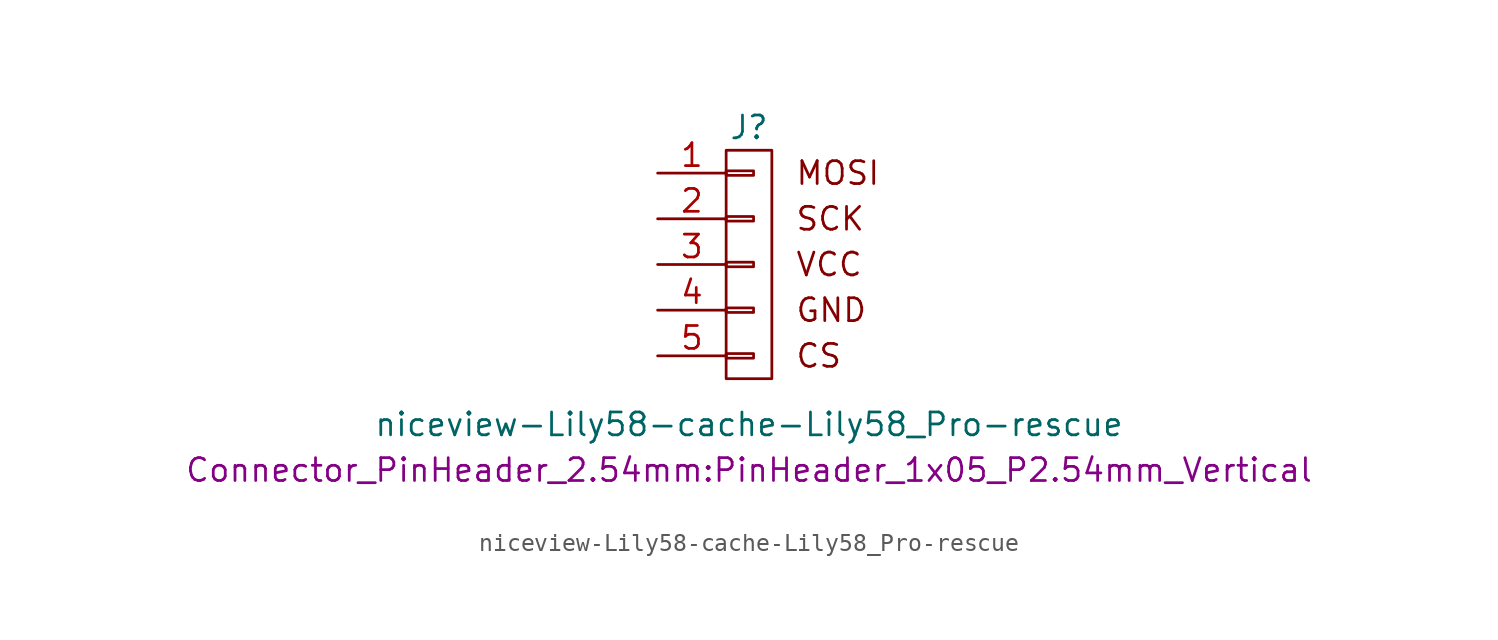
<source format=kicad_sym>
(kicad_symbol_lib
  (version 20211014)
  (generator kicad_symbol_editor)
  (symbol "niceview-Lily58-cache-Lily58_Pro-rescue"
    (pin_names
      (offset 1.016) hide)
    (property "Reference" "J"
      (at 0 7.62 0)
      (effects (font (size 1.27 1.27))))
    (property "Value" "niceview-Lily58-cache-Lily58_Pro-rescue"
      (at 0 -8.89 0)
      (effects (font (size 1.27 1.27))))
    (property "Footprint" "Connector_PinHeader_2.54mm:PinHeader_1x05_P2.54mm_Vertical"
      (at 0 -11.43 0)
      (effects (font (size 1.27 1.27))))
    (property "Datasheet" ""
      (at 0 1.27 0)
      (effects (font (size 1.27 1.27))))
    (symbol "niceview-Lily58-cache-Lily58_Pro-rescue_0_0"
      (text "CS" (at 2.54 -5.08 0) (effects (font (size 1.27 1.27)) (justify left)))
      (text "GND" (at 2.54 -2.54 0) (effects (font (size 1.27 1.27)) (justify left)))
      (text "MOSI" (at 2.54 5.08 0) (effects (font (size 1.27 1.27)) (justify left)))
      (text "SCK" (at 2.54 2.54 0) (effects (font (size 1.27 1.27)) (justify left)))
      (text "VCC" (at 2.54 0 0) (effects (font (size 1.27 1.27)) (justify left))))
    (symbol "niceview-Lily58-cache-Lily58_Pro-rescue_0_1"
      (rectangle (start -1.27 -4.953) (end 0.254 -5.207) (stroke (width 0) (type default) (color 0 0 0 0)) (fill (type none)))
      (rectangle (start -1.27 -2.413) (end 0.254 -2.667) (stroke (width 0) (type default) (color 0 0 0 0)) (fill (type none)))
      (rectangle (start -1.27 0.127) (end 0.254 -0.127) (stroke (width 0) (type default) (color 0 0 0 0)) (fill (type none)))
      (rectangle (start -1.27 2.667) (end 0.254 2.413) (stroke (width 0) (type default) (color 0 0 0 0)) (fill (type none)))
      (rectangle (start -1.27 5.207) (end 0.254 4.953) (stroke (width 0) (type default) (color 0 0 0 0)) (fill (type none)))
      (rectangle (start -1.27 6.35) (end 1.27 -6.35) (stroke (width 0) (type default) (color 0 0 0 0)) (fill (type none))))
    (symbol "niceview-Lily58-cache-Lily58_Pro-rescue_1_1"
      (pin input line (at -5.08 5.08 0) (length 3.81) (name "P1" (effects (font (size 1.27 1.27)))) (number "1" (effects (font (size 1.27 1.27)))))
      (pin input line (at -5.08 2.54 0) (length 3.81) (name "P2" (effects (font (size 1.27 1.27)))) (number "2" (effects (font (size 1.27 1.27)))))
      (pin power_in line (at -5.08 0 0) (length 3.81) (name "P3" (effects (font (size 1.27 1.27)))) (number "3" (effects (font (size 1.27 1.27)))))
      (pin power_in line (at -5.08 -2.54 0) (length 3.81) (name "P4" (effects (font (size 1.27 1.27)))) (number "4" (effects (font (size 1.27 1.27)))))
      (pin input line (at -5.08 -5.08 0) (length 3.81) (name "P5" (effects (font (size 1.27 1.27)))) (number "5" (effects (font (size 1.27 1.27))))))))
</source>
